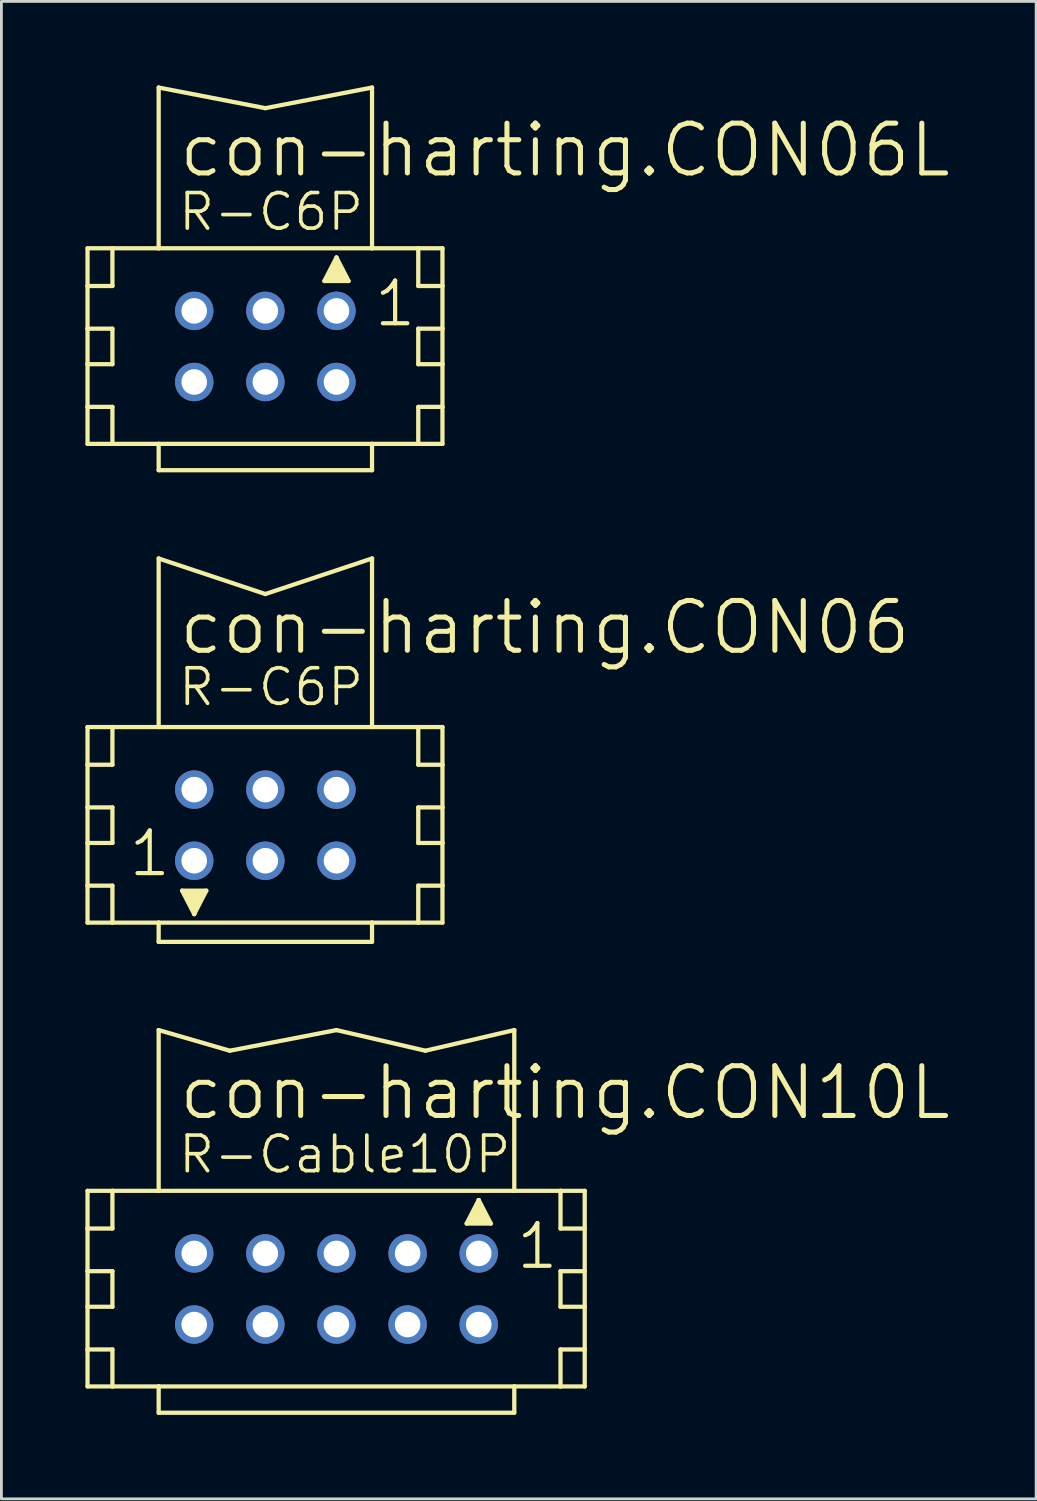
<source format=kicad_pcb>
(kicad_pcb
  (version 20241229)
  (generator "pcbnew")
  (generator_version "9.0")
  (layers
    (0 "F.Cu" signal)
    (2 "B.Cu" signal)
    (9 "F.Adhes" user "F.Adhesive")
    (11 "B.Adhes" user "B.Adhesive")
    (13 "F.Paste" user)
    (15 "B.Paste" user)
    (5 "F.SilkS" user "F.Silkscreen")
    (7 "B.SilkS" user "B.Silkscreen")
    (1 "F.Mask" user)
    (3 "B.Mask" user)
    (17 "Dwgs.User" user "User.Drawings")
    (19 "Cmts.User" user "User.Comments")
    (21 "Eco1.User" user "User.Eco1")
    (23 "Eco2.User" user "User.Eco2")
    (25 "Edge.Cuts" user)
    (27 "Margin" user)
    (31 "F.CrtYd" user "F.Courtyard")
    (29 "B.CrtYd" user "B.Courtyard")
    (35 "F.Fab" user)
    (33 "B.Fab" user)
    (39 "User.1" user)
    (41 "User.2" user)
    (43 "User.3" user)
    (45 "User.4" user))
  (footprint "con-harting.CON10L"
    (layer "F.Cu")
    (at 8.966 42.982)
    (property "Reference" "con-harting.CON10L" (at -5.715 -5.969 0) (layer "F.SilkS") (effects (font (size 1.778 1.778) (thickness 0.18)) (justify left bottom)))
    (attr through_hole)
    (fp_line (start -8.89 -3.505) (end -8.89 -2.159) (stroke (width 0.152) (type default)) (layer "F.SilkS"))
    (fp_line (start -8.89 -2.159) (end -8.89 -0.635) (stroke (width 0.152) (type default)) (layer "F.SilkS"))
    (fp_line (start -8.89 -2.159) (end -8.001 -2.159) (stroke (width 0.152) (type default)) (layer "F.SilkS"))
    (fp_line (start -8.89 -0.635) (end -8.89 0.635) (stroke (width 0.152) (type default)) (layer "F.SilkS"))
    (fp_line (start -8.89 -0.635) (end -8.001 -0.635) (stroke (width 0.152) (type default)) (layer "F.SilkS"))
    (fp_line (start -8.89 0.635) (end -8.89 2.159) (stroke (width 0.152) (type default)) (layer "F.SilkS"))
    (fp_line (start -8.89 0.635) (end -8.001 0.635) (stroke (width 0.152) (type default)) (layer "F.SilkS"))
    (fp_line (start -8.89 2.159) (end -8.89 3.48) (stroke (width 0.152) (type default)) (layer "F.SilkS"))
    (fp_line (start -8.89 2.159) (end -8.001 2.159) (stroke (width 0.152) (type default)) (layer "F.SilkS"))
    (fp_line (start -8.89 3.48) (end -8.001 3.48) (stroke (width 0.152) (type default)) (layer "F.SilkS"))
    (fp_line (start -8.001 -3.505) (end -8.89 -3.505) (stroke (width 0.152) (type default)) (layer "F.SilkS"))
    (fp_line (start -8.001 -3.505) (end -8.001 -2.159) (stroke (width 0.152) (type default)) (layer "F.SilkS"))
    (fp_line (start -8.001 -0.635) (end -8.001 0.635) (stroke (width 0.152) (type default)) (layer "F.SilkS"))
    (fp_line (start -8.001 2.159) (end -8.001 3.48) (stroke (width 0.152) (type default)) (layer "F.SilkS"))
    (fp_line (start -8.001 3.48) (end -6.35 3.48) (stroke (width 0.152) (type default)) (layer "F.SilkS"))
    (fp_line (start -6.35 -3.505) (end -8.001 -3.505) (stroke (width 0.152) (type default)) (layer "F.SilkS"))
    (fp_line (start -6.35 -3.505) (end -6.35 -9.246) (stroke (width 0.152) (type default)) (layer "F.SilkS"))
    (fp_line (start -6.35 3.48) (end -6.35 4.42) (stroke (width 0.152) (type default)) (layer "F.SilkS"))
    (fp_line (start -6.35 3.48) (end 6.35 3.48) (stroke (width 0.152) (type default)) (layer "F.SilkS"))
    (fp_line (start -3.81 -8.509) (end -6.35 -9.246) (stroke (width 0.152) (type default)) (layer "F.SilkS"))
    (fp_line (start -3.81 -8.509) (end 0 -9.246) (stroke (width 0.152) (type default)) (layer "F.SilkS"))
    (fp_line (start 3.175 -8.509) (end 0 -9.246) (stroke (width 0.152) (type default)) (layer "F.SilkS"))
    (fp_line (start 3.175 -8.509) (end 6.35 -9.246) (stroke (width 0.152) (type default)) (layer "F.SilkS"))
    (fp_line (start 4.648 -2.337) (end 5.08 -3.175) (stroke (width 0.152) (type default)) (layer "F.SilkS"))
    (fp_line (start 5.08 -3.175) (end 5.08 -2.921) (stroke (width 0.152) (type default)) (layer "F.SilkS"))
    (fp_line (start 5.08 -3.175) (end 5.512 -2.337) (stroke (width 0.152) (type default)) (layer "F.SilkS"))
    (fp_line (start 5.512 -2.337) (end 4.648 -2.337) (stroke (width 0.152) (type default)) (layer "F.SilkS"))
    (fp_line (start 6.35 -3.505) (end -6.35 -3.505) (stroke (width 0.152) (type default)) (layer "F.SilkS"))
    (fp_line (start 6.35 -3.505) (end 6.35 -9.246) (stroke (width 0.152) (type default)) (layer "F.SilkS"))
    (fp_line (start 6.35 3.48) (end 6.35 4.42) (stroke (width 0.152) (type default)) (layer "F.SilkS"))
    (fp_line (start 6.35 3.48) (end 8.001 3.48) (stroke (width 0.152) (type default)) (layer "F.SilkS"))
    (fp_line (start 6.35 4.42) (end -6.35 4.42) (stroke (width 0.152) (type default)) (layer "F.SilkS"))
    (fp_line (start 8.001 -3.505) (end 6.35 -3.505) (stroke (width 0.152) (type default)) (layer "F.SilkS"))
    (fp_line (start 8.001 -3.505) (end 8.001 -2.159) (stroke (width 0.152) (type default)) (layer "F.SilkS"))
    (fp_line (start 8.001 -2.159) (end 8.865 -2.159) (stroke (width 0.152) (type default)) (layer "F.SilkS"))
    (fp_line (start 8.001 -0.635) (end 8.001 0.635) (stroke (width 0.152) (type default)) (layer "F.SilkS"))
    (fp_line (start 8.001 -0.635) (end 8.865 -0.635) (stroke (width 0.152) (type default)) (layer "F.SilkS"))
    (fp_line (start 8.001 0.635) (end 8.865 0.635) (stroke (width 0.152) (type default)) (layer "F.SilkS"))
    (fp_line (start 8.001 2.159) (end 8.001 3.48) (stroke (width 0.152) (type default)) (layer "F.SilkS"))
    (fp_line (start 8.001 2.159) (end 8.865 2.159) (stroke (width 0.152) (type default)) (layer "F.SilkS"))
    (fp_line (start 8.001 3.48) (end 8.865 3.48) (stroke (width 0.152) (type default)) (layer "F.SilkS"))
    (fp_line (start 8.865 -3.505) (end 8.001 -3.505) (stroke (width 0.152) (type default)) (layer "F.SilkS"))
    (fp_line (start 8.865 -2.159) (end 8.865 -3.505) (stroke (width 0.152) (type default)) (layer "F.SilkS"))
    (fp_line (start 8.865 -0.635) (end 8.865 -2.159) (stroke (width 0.152) (type default)) (layer "F.SilkS"))
    (fp_line (start 8.865 0.635) (end 8.865 -0.635) (stroke (width 0.152) (type default)) (layer "F.SilkS"))
    (fp_line (start 8.865 2.159) (end 8.865 0.635) (stroke (width 0.152) (type default)) (layer "F.SilkS"))
    (fp_line (start 8.865 3.48) (end 8.865 2.159) (stroke (width 0.152) (type default)) (layer "F.SilkS"))
    (fp_rect (start 4.699 -2.388) (end 5.08 -2.515) (stroke (width 0.05) (type default)) (fill yes) (layer "F.SilkS"))
    (fp_rect (start 4.826 -2.515) (end 5.334 -2.769) (stroke (width 0.05) (type default)) (fill yes) (layer "F.SilkS"))
    (fp_rect (start 4.953 -2.718) (end 5.207 -2.972) (stroke (width 0.05) (type default)) (fill yes) (layer "F.SilkS"))
    (fp_rect (start 5.08 -2.388) (end 5.461 -2.515) (stroke (width 0.05) (type default)) (fill yes) (layer "F.SilkS"))
    (fp_text user "R-Cable10P" (at -5.715 -4.064 0) (layer "F.SilkS") (effects (font (size 1.27 1.27) (thickness 0.13)) (justify left bottom)))
    (fp_text user "1" (at 6.35 -0.635 0) (layer "F.SilkS") (effects (font (size 1.524 1.524) (thickness 0.15)) (justify left bottom)))
    (pad "1" thru_hole circle (at 5.08 -1.27) (size 1.372 1.372) (drill 0.914) (layers "*.Cu" "*.Mask"))
    (pad "2" thru_hole circle (at 5.08 1.27) (size 1.372 1.372) (drill 0.914) (layers "*.Cu" "*.Mask"))
    (pad "3" thru_hole circle (at 2.54 -1.27) (size 1.372 1.372) (drill 0.914) (layers "*.Cu" "*.Mask"))
    (pad "4" thru_hole circle (at 2.54 1.27) (size 1.372 1.372) (drill 0.914) (layers "*.Cu" "*.Mask"))
    (pad "5" thru_hole circle (at 0 -1.27) (size 1.372 1.372) (drill 0.914) (layers "*.Cu" "*.Mask"))
    (pad "6" thru_hole circle (at 0 1.27) (size 1.372 1.372) (drill 0.914) (layers "*.Cu" "*.Mask"))
    (pad "7" thru_hole circle (at -2.54 -1.27) (size 1.372 1.372) (drill 0.914) (layers "*.Cu" "*.Mask"))
    (pad "8" thru_hole circle (at -2.54 1.27) (size 1.372 1.372) (drill 0.914) (layers "*.Cu" "*.Mask"))
    (pad "9" thru_hole circle (at -5.08 -1.27) (size 1.372 1.372) (drill 0.914) (layers "*.Cu" "*.Mask"))
    (pad "10" thru_hole circle (at -5.08 1.27) (size 1.372 1.372) (drill 0.914) (layers "*.Cu" "*.Mask")))
  (footprint "con-harting.CON06L"
    (layer "F.Cu")
    (at 6.426 9.322)
    (property "Reference" "con-harting.CON06L" (at -3.175 -5.969 0) (layer "F.SilkS") (effects (font (size 1.778 1.778) (thickness 0.18)) (justify left bottom)))
    (attr through_hole)
    (fp_line (start -6.35 -3.505) (end -6.35 -2.159) (stroke (width 0.152) (type default)) (layer "F.SilkS"))
    (fp_line (start -6.35 -2.159) (end -6.35 -0.635) (stroke (width 0.152) (type default)) (layer "F.SilkS"))
    (fp_line (start -6.35 -2.159) (end -5.461 -2.159) (stroke (width 0.152) (type default)) (layer "F.SilkS"))
    (fp_line (start -6.35 -0.635) (end -6.35 0.635) (stroke (width 0.152) (type default)) (layer "F.SilkS"))
    (fp_line (start -6.35 -0.635) (end -5.461 -0.635) (stroke (width 0.152) (type default)) (layer "F.SilkS"))
    (fp_line (start -6.35 0.635) (end -6.35 2.159) (stroke (width 0.152) (type default)) (layer "F.SilkS"))
    (fp_line (start -6.35 0.635) (end -5.461 0.635) (stroke (width 0.152) (type default)) (layer "F.SilkS"))
    (fp_line (start -6.35 2.159) (end -6.35 3.48) (stroke (width 0.152) (type default)) (layer "F.SilkS"))
    (fp_line (start -6.35 2.159) (end -5.461 2.159) (stroke (width 0.152) (type default)) (layer "F.SilkS"))
    (fp_line (start -6.35 3.48) (end -5.461 3.48) (stroke (width 0.152) (type default)) (layer "F.SilkS"))
    (fp_line (start -5.461 -3.505) (end -6.35 -3.505) (stroke (width 0.152) (type default)) (layer "F.SilkS"))
    (fp_line (start -5.461 -3.505) (end -5.461 -2.159) (stroke (width 0.152) (type default)) (layer "F.SilkS"))
    (fp_line (start -5.461 -0.635) (end -5.461 0.635) (stroke (width 0.152) (type default)) (layer "F.SilkS"))
    (fp_line (start -5.461 2.159) (end -5.461 3.48) (stroke (width 0.152) (type default)) (layer "F.SilkS"))
    (fp_line (start -5.461 3.48) (end -3.81 3.48) (stroke (width 0.152) (type default)) (layer "F.SilkS"))
    (fp_line (start -3.81 -3.505) (end -5.461 -3.505) (stroke (width 0.152) (type default)) (layer "F.SilkS"))
    (fp_line (start -3.81 -3.505) (end -3.81 -9.246) (stroke (width 0.152) (type default)) (layer "F.SilkS"))
    (fp_line (start -3.81 3.48) (end -3.81 4.42) (stroke (width 0.152) (type default)) (layer "F.SilkS"))
    (fp_line (start -3.81 3.48) (end 3.81 3.48) (stroke (width 0.152) (type default)) (layer "F.SilkS"))
    (fp_line (start 0 -8.509) (end -3.81 -9.246) (stroke (width 0.152) (type default)) (layer "F.SilkS"))
    (fp_line (start 0 -8.509) (end 3.81 -9.246) (stroke (width 0.152) (type default)) (layer "F.SilkS"))
    (fp_line (start 2.108 -2.337) (end 2.54 -3.175) (stroke (width 0.152) (type default)) (layer "F.SilkS"))
    (fp_line (start 2.54 -3.175) (end 2.54 -2.921) (stroke (width 0.152) (type default)) (layer "F.SilkS"))
    (fp_line (start 2.54 -3.175) (end 2.972 -2.337) (stroke (width 0.152) (type default)) (layer "F.SilkS"))
    (fp_line (start 2.972 -2.337) (end 2.108 -2.337) (stroke (width 0.152) (type default)) (layer "F.SilkS"))
    (fp_line (start 3.81 -3.505) (end -3.81 -3.505) (stroke (width 0.152) (type default)) (layer "F.SilkS"))
    (fp_line (start 3.81 -3.505) (end 3.81 -9.246) (stroke (width 0.152) (type default)) (layer "F.SilkS"))
    (fp_line (start 3.81 3.48) (end 3.81 4.42) (stroke (width 0.152) (type default)) (layer "F.SilkS"))
    (fp_line (start 3.81 3.48) (end 5.461 3.48) (stroke (width 0.152) (type default)) (layer "F.SilkS"))
    (fp_line (start 3.81 4.42) (end -3.81 4.42) (stroke (width 0.152) (type default)) (layer "F.SilkS"))
    (fp_line (start 5.461 -3.505) (end 3.81 -3.505) (stroke (width 0.152) (type default)) (layer "F.SilkS"))
    (fp_line (start 5.461 -3.505) (end 5.461 -2.159) (stroke (width 0.152) (type default)) (layer "F.SilkS"))
    (fp_line (start 5.461 -2.159) (end 6.325 -2.159) (stroke (width 0.152) (type default)) (layer "F.SilkS"))
    (fp_line (start 5.461 -0.635) (end 5.461 0.635) (stroke (width 0.152) (type default)) (layer "F.SilkS"))
    (fp_line (start 5.461 -0.635) (end 6.325 -0.635) (stroke (width 0.152) (type default)) (layer "F.SilkS"))
    (fp_line (start 5.461 0.635) (end 6.325 0.635) (stroke (width 0.152) (type default)) (layer "F.SilkS"))
    (fp_line (start 5.461 2.159) (end 5.461 3.48) (stroke (width 0.152) (type default)) (layer "F.SilkS"))
    (fp_line (start 5.461 2.159) (end 6.325 2.159) (stroke (width 0.152) (type default)) (layer "F.SilkS"))
    (fp_line (start 5.461 3.48) (end 6.325 3.48) (stroke (width 0.152) (type default)) (layer "F.SilkS"))
    (fp_line (start 6.325 -3.505) (end 5.461 -3.505) (stroke (width 0.152) (type default)) (layer "F.SilkS"))
    (fp_line (start 6.325 -2.159) (end 6.325 -3.505) (stroke (width 0.152) (type default)) (layer "F.SilkS"))
    (fp_line (start 6.325 -0.635) (end 6.325 -2.159) (stroke (width 0.152) (type default)) (layer "F.SilkS"))
    (fp_line (start 6.325 0.635) (end 6.325 -0.635) (stroke (width 0.152) (type default)) (layer "F.SilkS"))
    (fp_line (start 6.325 2.159) (end 6.325 0.635) (stroke (width 0.152) (type default)) (layer "F.SilkS"))
    (fp_line (start 6.325 3.48) (end 6.325 2.159) (stroke (width 0.152) (type default)) (layer "F.SilkS"))
    (fp_rect (start 2.159 -2.388) (end 2.54 -2.515) (stroke (width 0.05) (type default)) (fill yes) (layer "F.SilkS"))
    (fp_rect (start 2.286 -2.515) (end 2.794 -2.769) (stroke (width 0.05) (type default)) (fill yes) (layer "F.SilkS"))
    (fp_rect (start 2.413 -2.718) (end 2.667 -2.972) (stroke (width 0.05) (type default)) (fill yes) (layer "F.SilkS"))
    (fp_rect (start 2.54 -2.388) (end 2.921 -2.515) (stroke (width 0.05) (type default)) (fill yes) (layer "F.SilkS"))
    (fp_text user "R-C6P" (at -3.175 -4.064 0) (layer "F.SilkS") (effects (font (size 1.27 1.27) (thickness 0.13)) (justify left bottom)))
    (fp_text user "1" (at 3.81 -0.635 0) (layer "F.SilkS") (effects (font (size 1.524 1.524) (thickness 0.15)) (justify left bottom)))
    (pad "1" thru_hole circle (at 2.54 -1.27) (size 1.372 1.372) (drill 0.914) (layers "*.Cu" "*.Mask"))
    (pad "2" thru_hole circle (at 2.54 1.27) (size 1.372 1.372) (drill 0.914) (layers "*.Cu" "*.Mask"))
    (pad "3" thru_hole circle (at 0 -1.27) (size 1.372 1.372) (drill 0.914) (layers "*.Cu" "*.Mask"))
    (pad "4" thru_hole circle (at 0 1.27) (size 1.372 1.372) (drill 0.914) (layers "*.Cu" "*.Mask"))
    (pad "5" thru_hole circle (at -2.54 -1.27) (size 1.372 1.372) (drill 0.914) (layers "*.Cu" "*.Mask"))
    (pad "6" thru_hole circle (at -2.54 1.27) (size 1.372 1.372) (drill 0.914) (layers "*.Cu" "*.Mask")))
  (footprint "con-harting.CON06"
    (layer "F.Cu")
    (at 6.426 26.419)
    (property "Reference" "con-harting.CON06" (at -3.175 -6.02 0) (layer "F.SilkS") (effects (font (size 1.778 1.778) (thickness 0.18)) (justify left bottom)))
    (attr through_hole)
    (fp_line (start -6.35 -3.505) (end -6.35 -2.159) (stroke (width 0.152) (type default)) (layer "F.SilkS"))
    (fp_line (start -6.35 -2.159) (end -6.35 -0.635) (stroke (width 0.152) (type default)) (layer "F.SilkS"))
    (fp_line (start -6.35 -2.159) (end -5.461 -2.159) (stroke (width 0.152) (type default)) (layer "F.SilkS"))
    (fp_line (start -6.35 -0.635) (end -6.35 0.635) (stroke (width 0.152) (type default)) (layer "F.SilkS"))
    (fp_line (start -6.35 -0.635) (end -5.461 -0.635) (stroke (width 0.152) (type default)) (layer "F.SilkS"))
    (fp_line (start -6.35 0.635) (end -6.35 2.159) (stroke (width 0.152) (type default)) (layer "F.SilkS"))
    (fp_line (start -6.35 0.635) (end -5.461 0.635) (stroke (width 0.152) (type default)) (layer "F.SilkS"))
    (fp_line (start -6.35 2.159) (end -6.35 3.48) (stroke (width 0.152) (type default)) (layer "F.SilkS"))
    (fp_line (start -6.35 2.159) (end -5.461 2.159) (stroke (width 0.152) (type default)) (layer "F.SilkS"))
    (fp_line (start -6.35 3.48) (end -5.461 3.48) (stroke (width 0.152) (type default)) (layer "F.SilkS"))
    (fp_line (start -5.461 -3.505) (end -6.35 -3.505) (stroke (width 0.152) (type default)) (layer "F.SilkS"))
    (fp_line (start -5.461 -3.505) (end -5.461 -2.159) (stroke (width 0.152) (type default)) (layer "F.SilkS"))
    (fp_line (start -5.461 -0.635) (end -5.461 0.635) (stroke (width 0.152) (type default)) (layer "F.SilkS"))
    (fp_line (start -5.461 2.159) (end -5.461 3.48) (stroke (width 0.152) (type default)) (layer "F.SilkS"))
    (fp_line (start -5.461 3.48) (end -3.81 3.48) (stroke (width 0.152) (type default)) (layer "F.SilkS"))
    (fp_line (start -3.81 -9.525) (end 0 -8.255) (stroke (width 0.152) (type default)) (layer "F.SilkS"))
    (fp_line (start -3.81 -3.505) (end -5.461 -3.505) (stroke (width 0.152) (type default)) (layer "F.SilkS"))
    (fp_line (start -3.81 -3.505) (end -3.81 -9.525) (stroke (width 0.152) (type default)) (layer "F.SilkS"))
    (fp_line (start -3.81 3.48) (end -3.81 4.166) (stroke (width 0.152) (type default)) (layer "F.SilkS"))
    (fp_line (start -3.81 3.48) (end 3.81 3.48) (stroke (width 0.152) (type default)) (layer "F.SilkS"))
    (fp_line (start -2.972 2.337) (end -2.108 2.337) (stroke (width 0.152) (type default)) (layer "F.SilkS"))
    (fp_line (start -2.54 3.175) (end -2.972 2.337) (stroke (width 0.152) (type default)) (layer "F.SilkS"))
    (fp_line (start -2.54 3.175) (end -2.54 2.921) (stroke (width 0.152) (type default)) (layer "F.SilkS"))
    (fp_line (start -2.108 2.337) (end -2.54 3.175) (stroke (width 0.152) (type default)) (layer "F.SilkS"))
    (fp_line (start 0 -8.255) (end 3.81 -9.525) (stroke (width 0.152) (type default)) (layer "F.SilkS"))
    (fp_line (start 3.81 -3.505) (end -3.81 -3.505) (stroke (width 0.152) (type default)) (layer "F.SilkS"))
    (fp_line (start 3.81 -3.505) (end 3.81 -9.525) (stroke (width 0.152) (type default)) (layer "F.SilkS"))
    (fp_line (start 3.81 3.48) (end 3.81 4.166) (stroke (width 0.152) (type default)) (layer "F.SilkS"))
    (fp_line (start 3.81 3.48) (end 5.461 3.48) (stroke (width 0.152) (type default)) (layer "F.SilkS"))
    (fp_line (start 3.81 4.166) (end -3.81 4.166) (stroke (width 0.152) (type default)) (layer "F.SilkS"))
    (fp_line (start 5.461 -3.505) (end 3.81 -3.505) (stroke (width 0.152) (type default)) (layer "F.SilkS"))
    (fp_line (start 5.461 -3.505) (end 5.461 -2.159) (stroke (width 0.152) (type default)) (layer "F.SilkS"))
    (fp_line (start 5.461 -2.159) (end 6.325 -2.159) (stroke (width 0.152) (type default)) (layer "F.SilkS"))
    (fp_line (start 5.461 -0.635) (end 5.461 0.635) (stroke (width 0.152) (type default)) (layer "F.SilkS"))
    (fp_line (start 5.461 -0.635) (end 6.325 -0.635) (stroke (width 0.152) (type default)) (layer "F.SilkS"))
    (fp_line (start 5.461 0.635) (end 6.325 0.635) (stroke (width 0.152) (type default)) (layer "F.SilkS"))
    (fp_line (start 5.461 2.159) (end 5.461 3.48) (stroke (width 0.152) (type default)) (layer "F.SilkS"))
    (fp_line (start 5.461 2.159) (end 6.325 2.159) (stroke (width 0.152) (type default)) (layer "F.SilkS"))
    (fp_line (start 5.461 3.48) (end 6.325 3.48) (stroke (width 0.152) (type default)) (layer "F.SilkS"))
    (fp_line (start 6.325 -3.505) (end 5.461 -3.505) (stroke (width 0.152) (type default)) (layer "F.SilkS"))
    (fp_line (start 6.325 -2.159) (end 6.325 -3.505) (stroke (width 0.152) (type default)) (layer "F.SilkS"))
    (fp_line (start 6.325 -0.635) (end 6.325 -2.159) (stroke (width 0.152) (type default)) (layer "F.SilkS"))
    (fp_line (start 6.325 0.635) (end 6.325 -0.635) (stroke (width 0.152) (type default)) (layer "F.SilkS"))
    (fp_line (start 6.325 2.159) (end 6.325 0.635) (stroke (width 0.152) (type default)) (layer "F.SilkS"))
    (fp_line (start 6.325 3.48) (end 6.325 2.159) (stroke (width 0.152) (type default)) (layer "F.SilkS"))
    (fp_rect (start -2.921 2.515) (end -2.54 2.388) (stroke (width 0.05) (type default)) (fill yes) (layer "F.SilkS"))
    (fp_rect (start -2.794 2.769) (end -2.286 2.515) (stroke (width 0.05) (type default)) (fill yes) (layer "F.SilkS"))
    (fp_rect (start -2.667 2.972) (end -2.413 2.718) (stroke (width 0.05) (type default)) (fill yes) (layer "F.SilkS"))
    (fp_rect (start -2.54 2.515) (end -2.159 2.388) (stroke (width 0.05) (type default)) (fill yes) (layer "F.SilkS"))
    (fp_text user "1" (at -4.953 1.905 0) (layer "F.SilkS") (effects (font (size 1.524 1.524) (thickness 0.15)) (justify left bottom)))
    (fp_text user "R-C6P" (at -3.175 -4.191 0) (layer "F.SilkS") (effects (font (size 1.27 1.27) (thickness 0.13)) (justify left bottom)))
    (pad "1" thru_hole circle (at -2.54 1.27) (size 1.372 1.372) (drill 0.914) (layers "*.Cu" "*.Mask"))
    (pad "2" thru_hole circle (at -2.54 -1.27) (size 1.372 1.372) (drill 0.914) (layers "*.Cu" "*.Mask"))
    (pad "3" thru_hole circle (at 0 1.27) (size 1.372 1.372) (drill 0.914) (layers "*.Cu" "*.Mask"))
    (pad "4" thru_hole circle (at 0 -1.27) (size 1.372 1.372) (drill 0.914) (layers "*.Cu" "*.Mask"))
    (pad "5" thru_hole circle (at 2.54 1.27) (size 1.372 1.372) (drill 0.914) (layers "*.Cu" "*.Mask"))
    (pad "6" thru_hole circle (at 2.54 -1.27) (size 1.372 1.372) (drill 0.914) (layers "*.Cu" "*.Mask")))
  (gr_rect
    (start -3 -3)
    (end 33.952 50.478)
    (stroke (width 0.1) (type default))
    (fill no)
    (layer "Edge.Cuts")))
</source>
